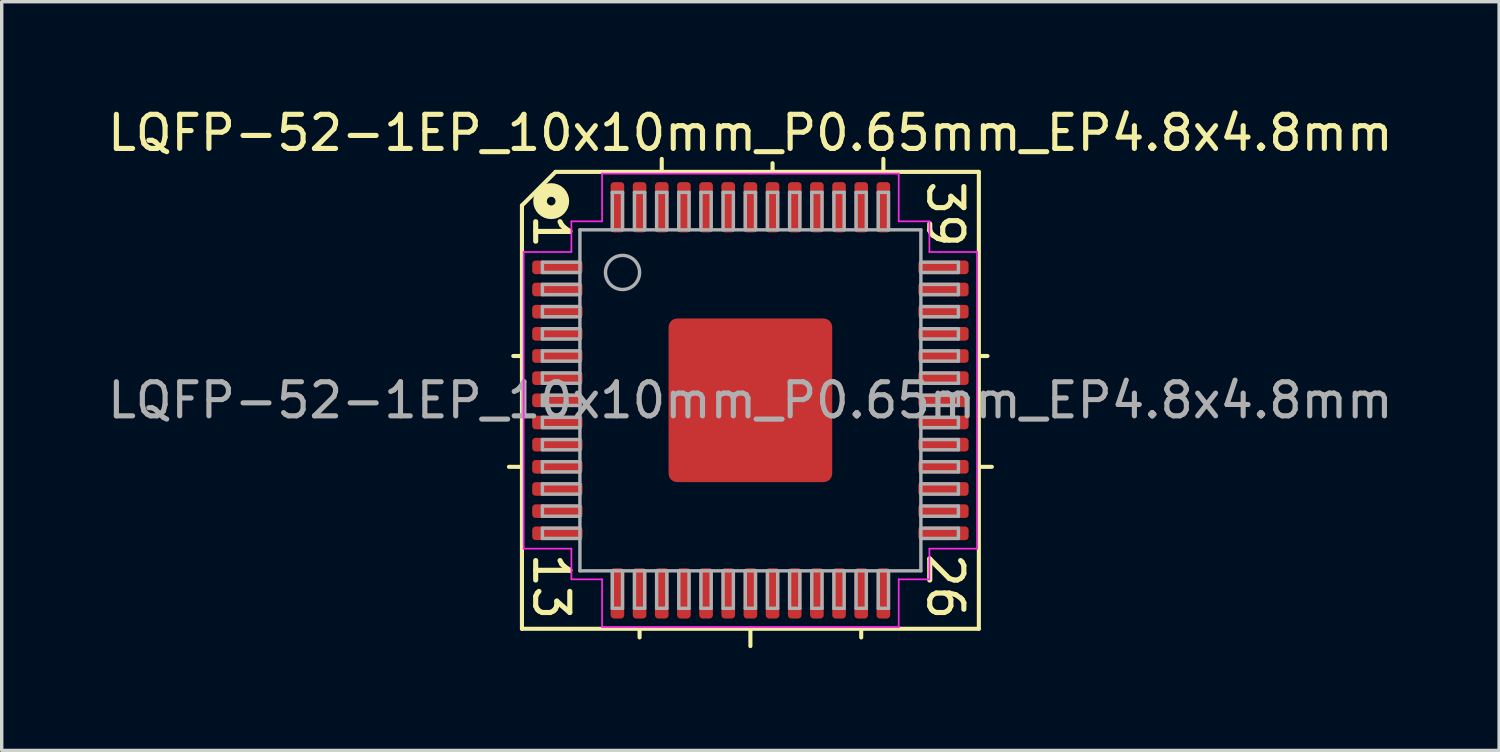
<source format=kicad_pcb>
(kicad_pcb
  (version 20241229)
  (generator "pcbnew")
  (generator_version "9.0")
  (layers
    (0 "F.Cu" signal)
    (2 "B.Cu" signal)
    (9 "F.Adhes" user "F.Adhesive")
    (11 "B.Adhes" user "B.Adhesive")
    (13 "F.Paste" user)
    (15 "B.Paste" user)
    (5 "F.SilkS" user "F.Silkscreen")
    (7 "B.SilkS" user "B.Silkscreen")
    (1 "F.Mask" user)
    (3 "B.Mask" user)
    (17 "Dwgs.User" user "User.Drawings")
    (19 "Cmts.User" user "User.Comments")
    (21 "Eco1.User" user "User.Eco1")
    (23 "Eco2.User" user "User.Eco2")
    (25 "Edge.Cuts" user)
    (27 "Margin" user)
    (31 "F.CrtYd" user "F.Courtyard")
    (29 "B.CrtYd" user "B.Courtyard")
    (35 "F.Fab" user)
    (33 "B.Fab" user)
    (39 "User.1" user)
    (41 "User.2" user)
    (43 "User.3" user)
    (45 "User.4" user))
  (footprint "LQFP-52-1EP_10x10mm_P0.65mm_EP4.8x4.8mm"
    (layer "F.Cu")
    (at 18.958 8.691)
    (property "Reference" "LQFP-52-1EP_10x10mm_P0.65mm_EP4.8x4.8mm" (at 0 -7.843 0) (layer "F.SilkS") (effects (font (size 1 1) (thickness 0.15))))
    (attr smd)
    (fp_line (start -6.7 -5.715) (end -6.7 6.7) (stroke (width 0.12) (type solid)) (layer "F.SilkS"))
    (fp_line (start -6.7 -1.3) (end -6.954 -1.3) (stroke (width 0.12) (type solid)) (layer "F.SilkS"))
    (fp_line (start -6.7 1.95) (end -7.081 1.95) (stroke (width 0.12) (type solid)) (layer "F.SilkS"))
    (fp_line (start -6.7 6.7) (end 6.7 6.7) (stroke (width 0.12) (type solid)) (layer "F.SilkS"))
    (fp_line (start -5.715 -6.7) (end -6.7 -5.715) (stroke (width 0.12) (type solid)) (layer "F.SilkS"))
    (fp_line (start -3.25 6.7) (end -3.25 6.954) (stroke (width 0.12) (type solid)) (layer "F.SilkS"))
    (fp_line (start -2.6 -6.7) (end -2.6 -7.081) (stroke (width 0.12) (type solid)) (layer "F.SilkS"))
    (fp_line (start 0 6.7) (end 0 7.208) (stroke (width 0.12) (type solid)) (layer "F.SilkS"))
    (fp_line (start 0.65 -6.7) (end 0.65 -6.954) (stroke (width 0.12) (type solid)) (layer "F.SilkS"))
    (fp_line (start 3.25 6.7) (end 3.25 6.954) (stroke (width 0.12) (type solid)) (layer "F.SilkS"))
    (fp_line (start 3.9 -6.7) (end 3.9 -7.081) (stroke (width 0.12) (type solid)) (layer "F.SilkS"))
    (fp_line (start 6.7 -6.7) (end -5.715 -6.7) (stroke (width 0.12) (type solid)) (layer "F.SilkS"))
    (fp_line (start 6.7 -1.3) (end 6.954 -1.3) (stroke (width 0.12) (type solid)) (layer "F.SilkS"))
    (fp_line (start 6.7 1.95) (end 7.081 1.95) (stroke (width 0.12) (type solid)) (layer "F.SilkS"))
    (fp_line (start 6.7 6.7) (end 6.7 -6.7) (stroke (width 0.12) (type solid)) (layer "F.SilkS"))
    (fp_circle (center -5.842 -5.842) (end -5.715 -5.842) (stroke (width 0.4) (type solid)) (fill no) (layer "F.SilkS"))
    (fp_line (start -6.65 -4.35) (end -6.65 0) (stroke (width 0.05) (type solid)) (layer "F.CrtYd"))
    (fp_line (start -6.65 4.35) (end -6.65 0) (stroke (width 0.05) (type solid)) (layer "F.CrtYd"))
    (fp_line (start -5.25 -5.25) (end -5.25 -4.35) (stroke (width 0.05) (type solid)) (layer "F.CrtYd"))
    (fp_line (start -5.25 -4.35) (end -6.65 -4.35) (stroke (width 0.05) (type solid)) (layer "F.CrtYd"))
    (fp_line (start -5.25 4.35) (end -6.65 4.35) (stroke (width 0.05) (type solid)) (layer "F.CrtYd"))
    (fp_line (start -5.25 5.25) (end -5.25 4.35) (stroke (width 0.05) (type solid)) (layer "F.CrtYd"))
    (fp_line (start -4.35 -6.65) (end -4.35 -5.25) (stroke (width 0.05) (type solid)) (layer "F.CrtYd"))
    (fp_line (start -4.35 -5.25) (end -5.25 -5.25) (stroke (width 0.05) (type solid)) (layer "F.CrtYd"))
    (fp_line (start -4.35 5.25) (end -5.25 5.25) (stroke (width 0.05) (type solid)) (layer "F.CrtYd"))
    (fp_line (start -4.35 6.65) (end -4.35 5.25) (stroke (width 0.05) (type solid)) (layer "F.CrtYd"))
    (fp_line (start 0 -6.65) (end -4.35 -6.65) (stroke (width 0.05) (type solid)) (layer "F.CrtYd"))
    (fp_line (start 0 -6.65) (end 4.35 -6.65) (stroke (width 0.05) (type solid)) (layer "F.CrtYd"))
    (fp_line (start 0 6.65) (end -4.35 6.65) (stroke (width 0.05) (type solid)) (layer "F.CrtYd"))
    (fp_line (start 0 6.65) (end 4.35 6.65) (stroke (width 0.05) (type solid)) (layer "F.CrtYd"))
    (fp_line (start 4.35 -6.65) (end 4.35 -5.25) (stroke (width 0.05) (type solid)) (layer "F.CrtYd"))
    (fp_line (start 4.35 -5.25) (end 5.25 -5.25) (stroke (width 0.05) (type solid)) (layer "F.CrtYd"))
    (fp_line (start 4.35 5.25) (end 5.25 5.25) (stroke (width 0.05) (type solid)) (layer "F.CrtYd"))
    (fp_line (start 4.35 6.65) (end 4.35 5.25) (stroke (width 0.05) (type solid)) (layer "F.CrtYd"))
    (fp_line (start 5.25 -5.25) (end 5.25 -4.35) (stroke (width 0.05) (type solid)) (layer "F.CrtYd"))
    (fp_line (start 5.25 -4.35) (end 6.65 -4.35) (stroke (width 0.05) (type solid)) (layer "F.CrtYd"))
    (fp_line (start 5.25 4.35) (end 6.65 4.35) (stroke (width 0.05) (type solid)) (layer "F.CrtYd"))
    (fp_line (start 5.25 5.25) (end 5.25 4.35) (stroke (width 0.05) (type solid)) (layer "F.CrtYd"))
    (fp_line (start 6.65 -4.35) (end 6.65 0) (stroke (width 0.05) (type solid)) (layer "F.CrtYd"))
    (fp_line (start 6.65 4.35) (end 6.65 0) (stroke (width 0.05) (type solid)) (layer "F.CrtYd"))
    (fp_line (start -6.1 -4.05) (end -6.1 -3.75) (stroke (width 0.1) (type solid)) (layer "F.Fab"))
    (fp_line (start -6.1 -4.05) (end -5 -4.05) (stroke (width 0.1) (type solid)) (layer "F.Fab"))
    (fp_line (start -6.1 -3.75) (end -5 -3.75) (stroke (width 0.1) (type solid)) (layer "F.Fab"))
    (fp_line (start -6.1 -3.4) (end -6.1 -3.1) (stroke (width 0.1) (type solid)) (layer "F.Fab"))
    (fp_line (start -6.1 -3.4) (end -5 -3.4) (stroke (width 0.1) (type solid)) (layer "F.Fab"))
    (fp_line (start -6.1 -3.1) (end -5 -3.1) (stroke (width 0.1) (type solid)) (layer "F.Fab"))
    (fp_line (start -6.1 -2.75) (end -6.1 -2.45) (stroke (width 0.1) (type solid)) (layer "F.Fab"))
    (fp_line (start -6.1 -2.75) (end -5 -2.75) (stroke (width 0.1) (type solid)) (layer "F.Fab"))
    (fp_line (start -6.1 -2.45) (end -5 -2.45) (stroke (width 0.1) (type solid)) (layer "F.Fab"))
    (fp_line (start -6.1 -2.1) (end -6.1 -1.8) (stroke (width 0.1) (type solid)) (layer "F.Fab"))
    (fp_line (start -6.1 -2.1) (end -5 -2.1) (stroke (width 0.1) (type solid)) (layer "F.Fab"))
    (fp_line (start -6.1 -1.8) (end -5 -1.8) (stroke (width 0.1) (type solid)) (layer "F.Fab"))
    (fp_line (start -6.1 -1.45) (end -6.1 -1.15) (stroke (width 0.1) (type solid)) (layer "F.Fab"))
    (fp_line (start -6.1 -1.45) (end -5 -1.45) (stroke (width 0.1) (type solid)) (layer "F.Fab"))
    (fp_line (start -6.1 -1.15) (end -5 -1.15) (stroke (width 0.1) (type solid)) (layer "F.Fab"))
    (fp_line (start -6.1 -0.8) (end -6.1 -0.5) (stroke (width 0.1) (type solid)) (layer "F.Fab"))
    (fp_line (start -6.1 -0.8) (end -5 -0.8) (stroke (width 0.1) (type solid)) (layer "F.Fab"))
    (fp_line (start -6.1 -0.5) (end -5 -0.5) (stroke (width 0.1) (type solid)) (layer "F.Fab"))
    (fp_line (start -6.1 -0.15) (end -6.1 0.15) (stroke (width 0.1) (type solid)) (layer "F.Fab"))
    (fp_line (start -6.1 -0.15) (end -5 -0.15) (stroke (width 0.1) (type solid)) (layer "F.Fab"))
    (fp_line (start -6.1 0.15) (end -5 0.15) (stroke (width 0.1) (type solid)) (layer "F.Fab"))
    (fp_line (start -6.1 0.5) (end -6.1 0.8) (stroke (width 0.1) (type solid)) (layer "F.Fab"))
    (fp_line (start -6.1 0.5) (end -5 0.5) (stroke (width 0.1) (type solid)) (layer "F.Fab"))
    (fp_line (start -6.1 0.8) (end -5 0.8) (stroke (width 0.1) (type solid)) (layer "F.Fab"))
    (fp_line (start -6.1 1.15) (end -6.1 1.45) (stroke (width 0.1) (type solid)) (layer "F.Fab"))
    (fp_line (start -6.1 1.15) (end -5 1.15) (stroke (width 0.1) (type solid)) (layer "F.Fab"))
    (fp_line (start -6.1 1.45) (end -5 1.45) (stroke (width 0.1) (type solid)) (layer "F.Fab"))
    (fp_line (start -6.1 1.8) (end -6.1 2.1) (stroke (width 0.1) (type solid)) (layer "F.Fab"))
    (fp_line (start -6.1 1.8) (end -5 1.8) (stroke (width 0.1) (type solid)) (layer "F.Fab"))
    (fp_line (start -6.1 2.1) (end -5 2.1) (stroke (width 0.1) (type solid)) (layer "F.Fab"))
    (fp_line (start -6.1 2.45) (end -6.1 2.75) (stroke (width 0.1) (type solid)) (layer "F.Fab"))
    (fp_line (start -6.1 2.45) (end -5 2.45) (stroke (width 0.1) (type solid)) (layer "F.Fab"))
    (fp_line (start -6.1 2.75) (end -5 2.75) (stroke (width 0.1) (type solid)) (layer "F.Fab"))
    (fp_line (start -6.1 3.1) (end -6.1 3.4) (stroke (width 0.1) (type solid)) (layer "F.Fab"))
    (fp_line (start -6.1 3.1) (end -5 3.1) (stroke (width 0.1) (type solid)) (layer "F.Fab"))
    (fp_line (start -6.1 3.4) (end -5 3.4) (stroke (width 0.1) (type solid)) (layer "F.Fab"))
    (fp_line (start -6.1 3.75) (end -6.1 4.05) (stroke (width 0.1) (type solid)) (layer "F.Fab"))
    (fp_line (start -6.1 3.75) (end -5 3.75) (stroke (width 0.1) (type solid)) (layer "F.Fab"))
    (fp_line (start -6.1 4.05) (end -5 4.05) (stroke (width 0.1) (type solid)) (layer "F.Fab"))
    (fp_line (start -5 -5) (end 5 -5) (stroke (width 0.1) (type solid)) (layer "F.Fab"))
    (fp_line (start -5 5) (end -5 -5) (stroke (width 0.1) (type solid)) (layer "F.Fab"))
    (fp_line (start -4.05 -6.1) (end -4.05 -5) (stroke (width 0.1) (type solid)) (layer "F.Fab"))
    (fp_line (start -4.05 6.1) (end -4.05 5) (stroke (width 0.1) (type solid)) (layer "F.Fab"))
    (fp_line (start -4.05 6.1) (end -3.75 6.1) (stroke (width 0.1) (type solid)) (layer "F.Fab"))
    (fp_line (start -3.75 -6.1) (end -4.05 -6.1) (stroke (width 0.1) (type solid)) (layer "F.Fab"))
    (fp_line (start -3.75 -6.1) (end -3.75 -5) (stroke (width 0.1) (type solid)) (layer "F.Fab"))
    (fp_line (start -3.75 6.1) (end -3.75 5) (stroke (width 0.1) (type solid)) (layer "F.Fab"))
    (fp_line (start -3.4 -6.1) (end -3.4 -5) (stroke (width 0.1) (type solid)) (layer "F.Fab"))
    (fp_line (start -3.4 6.1) (end -3.4 5) (stroke (width 0.1) (type solid)) (layer "F.Fab"))
    (fp_line (start -3.4 6.1) (end -3.1 6.1) (stroke (width 0.1) (type solid)) (layer "F.Fab"))
    (fp_line (start -3.1 -6.1) (end -3.4 -6.1) (stroke (width 0.1) (type solid)) (layer "F.Fab"))
    (fp_line (start -3.1 -6.1) (end -3.1 -5) (stroke (width 0.1) (type solid)) (layer "F.Fab"))
    (fp_line (start -3.1 6.1) (end -3.1 5) (stroke (width 0.1) (type solid)) (layer "F.Fab"))
    (fp_line (start -2.75 -6.1) (end -2.75 -5) (stroke (width 0.1) (type solid)) (layer "F.Fab"))
    (fp_line (start -2.75 6.1) (end -2.75 5) (stroke (width 0.1) (type solid)) (layer "F.Fab"))
    (fp_line (start -2.75 6.1) (end -2.45 6.1) (stroke (width 0.1) (type solid)) (layer "F.Fab"))
    (fp_line (start -2.45 -6.1) (end -2.75 -6.1) (stroke (width 0.1) (type solid)) (layer "F.Fab"))
    (fp_line (start -2.45 -6.1) (end -2.45 -5) (stroke (width 0.1) (type solid)) (layer "F.Fab"))
    (fp_line (start -2.45 6.1) (end -2.45 5) (stroke (width 0.1) (type solid)) (layer "F.Fab"))
    (fp_line (start -2.1 -6.1) (end -2.1 -5) (stroke (width 0.1) (type solid)) (layer "F.Fab"))
    (fp_line (start -2.1 6.1) (end -2.1 5) (stroke (width 0.1) (type solid)) (layer "F.Fab"))
    (fp_line (start -2.1 6.1) (end -1.8 6.1) (stroke (width 0.1) (type solid)) (layer "F.Fab"))
    (fp_line (start -1.8 -6.1) (end -2.1 -6.1) (stroke (width 0.1) (type solid)) (layer "F.Fab"))
    (fp_line (start -1.8 -6.1) (end -1.8 -5) (stroke (width 0.1) (type solid)) (layer "F.Fab"))
    (fp_line (start -1.8 6.1) (end -1.8 5) (stroke (width 0.1) (type solid)) (layer "F.Fab"))
    (fp_line (start -1.45 -6.1) (end -1.45 -5) (stroke (width 0.1) (type solid)) (layer "F.Fab"))
    (fp_line (start -1.45 6.1) (end -1.45 5) (stroke (width 0.1) (type solid)) (layer "F.Fab"))
    (fp_line (start -1.45 6.1) (end -1.15 6.1) (stroke (width 0.1) (type solid)) (layer "F.Fab"))
    (fp_line (start -1.15 -6.1) (end -1.45 -6.1) (stroke (width 0.1) (type solid)) (layer "F.Fab"))
    (fp_line (start -1.15 -6.1) (end -1.15 -5) (stroke (width 0.1) (type solid)) (layer "F.Fab"))
    (fp_line (start -1.15 6.1) (end -1.15 5) (stroke (width 0.1) (type solid)) (layer "F.Fab"))
    (fp_line (start -0.8 -6.1) (end -0.8 -5) (stroke (width 0.1) (type solid)) (layer "F.Fab"))
    (fp_line (start -0.8 6.1) (end -0.8 5) (stroke (width 0.1) (type solid)) (layer "F.Fab"))
    (fp_line (start -0.8 6.1) (end -0.5 6.1) (stroke (width 0.1) (type solid)) (layer "F.Fab"))
    (fp_line (start -0.5 -6.1) (end -0.8 -6.1) (stroke (width 0.1) (type solid)) (layer "F.Fab"))
    (fp_line (start -0.5 -6.1) (end -0.5 -5) (stroke (width 0.1) (type solid)) (layer "F.Fab"))
    (fp_line (start -0.5 6.1) (end -0.5 5) (stroke (width 0.1) (type solid)) (layer "F.Fab"))
    (fp_line (start -0.15 -6.1) (end -0.15 -5) (stroke (width 0.1) (type solid)) (layer "F.Fab"))
    (fp_line (start -0.15 6.1) (end -0.15 5) (stroke (width 0.1) (type solid)) (layer "F.Fab"))
    (fp_line (start -0.15 6.1) (end 0.15 6.1) (stroke (width 0.1) (type solid)) (layer "F.Fab"))
    (fp_line (start 0.15 -6.1) (end -0.15 -6.1) (stroke (width 0.1) (type solid)) (layer "F.Fab"))
    (fp_line (start 0.15 -6.1) (end 0.15 -5) (stroke (width 0.1) (type solid)) (layer "F.Fab"))
    (fp_line (start 0.15 6.1) (end 0.15 5) (stroke (width 0.1) (type solid)) (layer "F.Fab"))
    (fp_line (start 0.5 -6.1) (end 0.5 -5) (stroke (width 0.1) (type solid)) (layer "F.Fab"))
    (fp_line (start 0.5 6.1) (end 0.5 5) (stroke (width 0.1) (type solid)) (layer "F.Fab"))
    (fp_line (start 0.5 6.1) (end 0.8 6.1) (stroke (width 0.1) (type solid)) (layer "F.Fab"))
    (fp_line (start 0.8 -6.1) (end 0.5 -6.1) (stroke (width 0.1) (type solid)) (layer "F.Fab"))
    (fp_line (start 0.8 -6.1) (end 0.8 -5) (stroke (width 0.1) (type solid)) (layer "F.Fab"))
    (fp_line (start 0.8 6.1) (end 0.8 5) (stroke (width 0.1) (type solid)) (layer "F.Fab"))
    (fp_line (start 1.15 -6.1) (end 1.15 -5) (stroke (width 0.1) (type solid)) (layer "F.Fab"))
    (fp_line (start 1.15 6.1) (end 1.15 5) (stroke (width 0.1) (type solid)) (layer "F.Fab"))
    (fp_line (start 1.15 6.1) (end 1.45 6.1) (stroke (width 0.1) (type solid)) (layer "F.Fab"))
    (fp_line (start 1.45 -6.1) (end 1.15 -6.1) (stroke (width 0.1) (type solid)) (layer "F.Fab"))
    (fp_line (start 1.45 -6.1) (end 1.45 -5) (stroke (width 0.1) (type solid)) (layer "F.Fab"))
    (fp_line (start 1.45 6.1) (end 1.45 5) (stroke (width 0.1) (type solid)) (layer "F.Fab"))
    (fp_line (start 1.8 -6.1) (end 1.8 -5) (stroke (width 0.1) (type solid)) (layer "F.Fab"))
    (fp_line (start 1.8 6.1) (end 1.8 5) (stroke (width 0.1) (type solid)) (layer "F.Fab"))
    (fp_line (start 1.8 6.1) (end 2.1 6.1) (stroke (width 0.1) (type solid)) (layer "F.Fab"))
    (fp_line (start 2.1 -6.1) (end 1.8 -6.1) (stroke (width 0.1) (type solid)) (layer "F.Fab"))
    (fp_line (start 2.1 -6.1) (end 2.1 -5) (stroke (width 0.1) (type solid)) (layer "F.Fab"))
    (fp_line (start 2.1 6.1) (end 2.1 5) (stroke (width 0.1) (type solid)) (layer "F.Fab"))
    (fp_line (start 2.45 -6.1) (end 2.45 -5) (stroke (width 0.1) (type solid)) (layer "F.Fab"))
    (fp_line (start 2.45 6.1) (end 2.45 5) (stroke (width 0.1) (type solid)) (layer "F.Fab"))
    (fp_line (start 2.45 6.1) (end 2.75 6.1) (stroke (width 0.1) (type solid)) (layer "F.Fab"))
    (fp_line (start 2.75 -6.1) (end 2.45 -6.1) (stroke (width 0.1) (type solid)) (layer "F.Fab"))
    (fp_line (start 2.75 -6.1) (end 2.75 -5) (stroke (width 0.1) (type solid)) (layer "F.Fab"))
    (fp_line (start 2.75 6.1) (end 2.75 5) (stroke (width 0.1) (type solid)) (layer "F.Fab"))
    (fp_line (start 3.1 -6.1) (end 3.1 -5) (stroke (width 0.1) (type solid)) (layer "F.Fab"))
    (fp_line (start 3.1 6.1) (end 3.1 5) (stroke (width 0.1) (type solid)) (layer "F.Fab"))
    (fp_line (start 3.1 6.1) (end 3.4 6.1) (stroke (width 0.1) (type solid)) (layer "F.Fab"))
    (fp_line (start 3.4 -6.1) (end 3.1 -6.1) (stroke (width 0.1) (type solid)) (layer "F.Fab"))
    (fp_line (start 3.4 -6.1) (end 3.4 -5) (stroke (width 0.1) (type solid)) (layer "F.Fab"))
    (fp_line (start 3.4 6.1) (end 3.4 5) (stroke (width 0.1) (type solid)) (layer "F.Fab"))
    (fp_line (start 3.75 -6.1) (end 3.75 -5) (stroke (width 0.1) (type solid)) (layer "F.Fab"))
    (fp_line (start 3.75 6.1) (end 3.75 5) (stroke (width 0.1) (type solid)) (layer "F.Fab"))
    (fp_line (start 3.75 6.1) (end 4.05 6.1) (stroke (width 0.1) (type solid)) (layer "F.Fab"))
    (fp_line (start 4.05 -6.1) (end 3.75 -6.1) (stroke (width 0.1) (type solid)) (layer "F.Fab"))
    (fp_line (start 4.05 -6.1) (end 4.05 -5) (stroke (width 0.1) (type solid)) (layer "F.Fab"))
    (fp_line (start 4.05 6.1) (end 4.05 5) (stroke (width 0.1) (type solid)) (layer "F.Fab"))
    (fp_line (start 5 -5) (end 5 5) (stroke (width 0.1) (type solid)) (layer "F.Fab"))
    (fp_line (start 5 5) (end -5 5) (stroke (width 0.1) (type solid)) (layer "F.Fab"))
    (fp_line (start 6.1 -4.05) (end 5 -4.05) (stroke (width 0.1) (type solid)) (layer "F.Fab"))
    (fp_line (start 6.1 -3.75) (end 5 -3.75) (stroke (width 0.1) (type solid)) (layer "F.Fab"))
    (fp_line (start 6.1 -3.75) (end 6.1 -4.05) (stroke (width 0.1) (type solid)) (layer "F.Fab"))
    (fp_line (start 6.1 -3.4) (end 5 -3.4) (stroke (width 0.1) (type solid)) (layer "F.Fab"))
    (fp_line (start 6.1 -3.1) (end 5 -3.1) (stroke (width 0.1) (type solid)) (layer "F.Fab"))
    (fp_line (start 6.1 -3.1) (end 6.1 -3.4) (stroke (width 0.1) (type solid)) (layer "F.Fab"))
    (fp_line (start 6.1 -2.75) (end 5 -2.75) (stroke (width 0.1) (type solid)) (layer "F.Fab"))
    (fp_line (start 6.1 -2.45) (end 5 -2.45) (stroke (width 0.1) (type solid)) (layer "F.Fab"))
    (fp_line (start 6.1 -2.45) (end 6.1 -2.75) (stroke (width 0.1) (type solid)) (layer "F.Fab"))
    (fp_line (start 6.1 -2.1) (end 5 -2.1) (stroke (width 0.1) (type solid)) (layer "F.Fab"))
    (fp_line (start 6.1 -1.8) (end 5 -1.8) (stroke (width 0.1) (type solid)) (layer "F.Fab"))
    (fp_line (start 6.1 -1.8) (end 6.1 -2.1) (stroke (width 0.1) (type solid)) (layer "F.Fab"))
    (fp_line (start 6.1 -1.45) (end 5 -1.45) (stroke (width 0.1) (type solid)) (layer "F.Fab"))
    (fp_line (start 6.1 -1.15) (end 5 -1.15) (stroke (width 0.1) (type solid)) (layer "F.Fab"))
    (fp_line (start 6.1 -1.15) (end 6.1 -1.45) (stroke (width 0.1) (type solid)) (layer "F.Fab"))
    (fp_line (start 6.1 -0.8) (end 5 -0.8) (stroke (width 0.1) (type solid)) (layer "F.Fab"))
    (fp_line (start 6.1 -0.5) (end 5 -0.5) (stroke (width 0.1) (type solid)) (layer "F.Fab"))
    (fp_line (start 6.1 -0.5) (end 6.1 -0.8) (stroke (width 0.1) (type solid)) (layer "F.Fab"))
    (fp_line (start 6.1 -0.15) (end 5 -0.15) (stroke (width 0.1) (type solid)) (layer "F.Fab"))
    (fp_line (start 6.1 0.15) (end 5 0.15) (stroke (width 0.1) (type solid)) (layer "F.Fab"))
    (fp_line (start 6.1 0.15) (end 6.1 -0.15) (stroke (width 0.1) (type solid)) (layer "F.Fab"))
    (fp_line (start 6.1 0.5) (end 5 0.5) (stroke (width 0.1) (type solid)) (layer "F.Fab"))
    (fp_line (start 6.1 0.8) (end 5 0.8) (stroke (width 0.1) (type solid)) (layer "F.Fab"))
    (fp_line (start 6.1 0.8) (end 6.1 0.5) (stroke (width 0.1) (type solid)) (layer "F.Fab"))
    (fp_line (start 6.1 1.15) (end 5 1.15) (stroke (width 0.1) (type solid)) (layer "F.Fab"))
    (fp_line (start 6.1 1.45) (end 5 1.45) (stroke (width 0.1) (type solid)) (layer "F.Fab"))
    (fp_line (start 6.1 1.45) (end 6.1 1.15) (stroke (width 0.1) (type solid)) (layer "F.Fab"))
    (fp_line (start 6.1 1.8) (end 5 1.8) (stroke (width 0.1) (type solid)) (layer "F.Fab"))
    (fp_line (start 6.1 2.1) (end 5 2.1) (stroke (width 0.1) (type solid)) (layer "F.Fab"))
    (fp_line (start 6.1 2.1) (end 6.1 1.8) (stroke (width 0.1) (type solid)) (layer "F.Fab"))
    (fp_line (start 6.1 2.45) (end 5 2.45) (stroke (width 0.1) (type solid)) (layer "F.Fab"))
    (fp_line (start 6.1 2.75) (end 5 2.75) (stroke (width 0.1) (type solid)) (layer "F.Fab"))
    (fp_line (start 6.1 2.75) (end 6.1 2.45) (stroke (width 0.1) (type solid)) (layer "F.Fab"))
    (fp_line (start 6.1 3.1) (end 5 3.1) (stroke (width 0.1) (type solid)) (layer "F.Fab"))
    (fp_line (start 6.1 3.4) (end 5 3.4) (stroke (width 0.1) (type solid)) (layer "F.Fab"))
    (fp_line (start 6.1 3.4) (end 6.1 3.1) (stroke (width 0.1) (type solid)) (layer "F.Fab"))
    (fp_line (start 6.1 3.75) (end 5 3.75) (stroke (width 0.1) (type solid)) (layer "F.Fab"))
    (fp_line (start 6.1 4.05) (end 5 4.05) (stroke (width 0.1) (type solid)) (layer "F.Fab"))
    (fp_line (start 6.1 4.05) (end 6.1 3.75) (stroke (width 0.1) (type solid)) (layer "F.Fab"))
    (fp_circle (center -3.75 -3.75) (end -3.25 -3.75) (stroke (width 0.1) (type solid)) (fill no) (layer "F.Fab"))
    (fp_text user "26" (at 5.715 5.461 270) (unlocked yes) (layer "F.SilkS") (effects (font (size 1 1) (thickness 0.15))))
    (fp_text user "13" (at -5.842 5.461 270) (unlocked yes) (layer "F.SilkS") (effects (font (size 1 1) (thickness 0.15))))
    (fp_text user "1" (at -5.842 -4.953 270) (unlocked yes) (layer "F.SilkS") (effects (font (size 1 1) (thickness 0.15))))
    (fp_text user "39" (at 5.715 -5.461 270) (unlocked yes) (layer "F.SilkS") (effects (font (size 1 1) (thickness 0.15))))
    (fp_text user "${REFERENCE}" (at 0 0 0) (layer "F.Fab") (effects (font (size 1 1) (thickness 0.15))))
    (pad "" smd roundrect (at -1.6 -1.6) (size 1.29 1.29) (layers "F.Paste") (roundrect_rratio 0.194))
    (pad "" smd roundrect (at -1.6 0) (size 1.29 1.29) (layers "F.Paste") (roundrect_rratio 0.194))
    (pad "" smd roundrect (at -1.6 1.6) (size 1.29 1.29) (layers "F.Paste") (roundrect_rratio 0.194))
    (pad "" smd roundrect (at 0 -1.6) (size 1.29 1.29) (layers "F.Paste") (roundrect_rratio 0.194))
    (pad "" smd roundrect (at 0 0) (size 1.29 1.29) (layers "F.Paste") (roundrect_rratio 0.194))
    (pad "" smd roundrect (at 0 1.6) (size 1.29 1.29) (layers "F.Paste") (roundrect_rratio 0.194))
    (pad "" smd roundrect (at 1.6 -1.6) (size 1.29 1.29) (layers "F.Paste") (roundrect_rratio 0.194))
    (pad "" smd roundrect (at 1.6 0) (size 1.29 1.29) (layers "F.Paste") (roundrect_rratio 0.194))
    (pad "" smd roundrect (at 1.6 1.6) (size 1.29 1.29) (layers "F.Paste") (roundrect_rratio 0.194))
    (pad "1" smd roundrect (at -5.662 -3.9) (size 1.475 0.4) (layers "F.Cu" "F.Mask" "F.Paste") (roundrect_rratio 0.25))
    (pad "2" smd roundrect (at -5.662 -3.25) (size 1.475 0.4) (layers "F.Cu" "F.Mask" "F.Paste") (roundrect_rratio 0.25))
    (pad "3" smd roundrect (at -5.662 -2.6) (size 1.475 0.4) (layers "F.Cu" "F.Mask" "F.Paste") (roundrect_rratio 0.25))
    (pad "4" smd roundrect (at -5.662 -1.95) (size 1.475 0.4) (layers "F.Cu" "F.Mask" "F.Paste") (roundrect_rratio 0.25))
    (pad "5" smd roundrect (at -5.662 -1.3) (size 1.475 0.4) (layers "F.Cu" "F.Mask" "F.Paste") (roundrect_rratio 0.25))
    (pad "6" smd roundrect (at -5.662 -0.65) (size 1.475 0.4) (layers "F.Cu" "F.Mask" "F.Paste") (roundrect_rratio 0.25))
    (pad "7" smd roundrect (at -5.662 0) (size 1.475 0.4) (layers "F.Cu" "F.Mask" "F.Paste") (roundrect_rratio 0.25))
    (pad "8" smd roundrect (at -5.662 0.65) (size 1.475 0.4) (layers "F.Cu" "F.Mask" "F.Paste") (roundrect_rratio 0.25))
    (pad "9" smd roundrect (at -5.662 1.3) (size 1.475 0.4) (layers "F.Cu" "F.Mask" "F.Paste") (roundrect_rratio 0.25))
    (pad "10" smd roundrect (at -5.662 1.95) (size 1.475 0.4) (layers "F.Cu" "F.Mask" "F.Paste") (roundrect_rratio 0.25))
    (pad "11" smd roundrect (at -5.662 2.6) (size 1.475 0.4) (layers "F.Cu" "F.Mask" "F.Paste") (roundrect_rratio 0.25))
    (pad "12" smd roundrect (at -5.662 3.25) (size 1.475 0.4) (layers "F.Cu" "F.Mask" "F.Paste") (roundrect_rratio 0.25))
    (pad "13" smd roundrect (at -5.662 3.9) (size 1.475 0.4) (layers "F.Cu" "F.Mask" "F.Paste") (roundrect_rratio 0.25))
    (pad "14" smd roundrect (at -3.9 5.662) (size 0.4 1.475) (layers "F.Cu" "F.Mask" "F.Paste") (roundrect_rratio 0.25))
    (pad "15" smd roundrect (at -3.25 5.662) (size 0.4 1.475) (layers "F.Cu" "F.Mask" "F.Paste") (roundrect_rratio 0.25))
    (pad "16" smd roundrect (at -2.6 5.662) (size 0.4 1.475) (layers "F.Cu" "F.Mask" "F.Paste") (roundrect_rratio 0.25))
    (pad "17" smd roundrect (at -1.95 5.662) (size 0.4 1.475) (layers "F.Cu" "F.Mask" "F.Paste") (roundrect_rratio 0.25))
    (pad "18" smd roundrect (at -1.3 5.662) (size 0.4 1.475) (layers "F.Cu" "F.Mask" "F.Paste") (roundrect_rratio 0.25))
    (pad "19" smd roundrect (at -0.65 5.662) (size 0.4 1.475) (layers "F.Cu" "F.Mask" "F.Paste") (roundrect_rratio 0.25))
    (pad "20" smd roundrect (at 0 5.662) (size 0.4 1.475) (layers "F.Cu" "F.Mask" "F.Paste") (roundrect_rratio 0.25))
    (pad "21" smd roundrect (at 0.65 5.662) (size 0.4 1.475) (layers "F.Cu" "F.Mask" "F.Paste") (roundrect_rratio 0.25))
    (pad "22" smd roundrect (at 1.3 5.662) (size 0.4 1.475) (layers "F.Cu" "F.Mask" "F.Paste") (roundrect_rratio 0.25))
    (pad "23" smd roundrect (at 1.95 5.662) (size 0.4 1.475) (layers "F.Cu" "F.Mask" "F.Paste") (roundrect_rratio 0.25))
    (pad "24" smd roundrect (at 2.6 5.662) (size 0.4 1.475) (layers "F.Cu" "F.Mask" "F.Paste") (roundrect_rratio 0.25))
    (pad "25" smd roundrect (at 3.25 5.662) (size 0.4 1.475) (layers "F.Cu" "F.Mask" "F.Paste") (roundrect_rratio 0.25))
    (pad "26" smd roundrect (at 3.9 5.662) (size 0.4 1.475) (layers "F.Cu" "F.Mask" "F.Paste") (roundrect_rratio 0.25))
    (pad "27" smd roundrect (at 5.662 3.9) (size 1.475 0.4) (layers "F.Cu" "F.Mask" "F.Paste") (roundrect_rratio 0.25))
    (pad "28" smd roundrect (at 5.662 3.25) (size 1.475 0.4) (layers "F.Cu" "F.Mask" "F.Paste") (roundrect_rratio 0.25))
    (pad "29" smd roundrect (at 5.662 2.6) (size 1.475 0.4) (layers "F.Cu" "F.Mask" "F.Paste") (roundrect_rratio 0.25))
    (pad "30" smd roundrect (at 5.662 1.95) (size 1.475 0.4) (layers "F.Cu" "F.Mask" "F.Paste") (roundrect_rratio 0.25))
    (pad "31" smd roundrect (at 5.662 1.3) (size 1.475 0.4) (layers "F.Cu" "F.Mask" "F.Paste") (roundrect_rratio 0.25))
    (pad "32" smd roundrect (at 5.662 0.65) (size 1.475 0.4) (layers "F.Cu" "F.Mask" "F.Paste") (roundrect_rratio 0.25))
    (pad "33" smd roundrect (at 5.662 0) (size 1.475 0.4) (layers "F.Cu" "F.Mask" "F.Paste") (roundrect_rratio 0.25))
    (pad "34" smd roundrect (at 5.662 -0.65) (size 1.475 0.4) (layers "F.Cu" "F.Mask" "F.Paste") (roundrect_rratio 0.25))
    (pad "35" smd roundrect (at 5.662 -1.3) (size 1.475 0.4) (layers "F.Cu" "F.Mask" "F.Paste") (roundrect_rratio 0.25))
    (pad "36" smd roundrect (at 5.662 -1.95) (size 1.475 0.4) (layers "F.Cu" "F.Mask" "F.Paste") (roundrect_rratio 0.25))
    (pad "37" smd roundrect (at 5.662 -2.6) (size 1.475 0.4) (layers "F.Cu" "F.Mask" "F.Paste") (roundrect_rratio 0.25))
    (pad "38" smd roundrect (at 5.662 -3.25) (size 1.475 0.4) (layers "F.Cu" "F.Mask" "F.Paste") (roundrect_rratio 0.25))
    (pad "39" smd roundrect (at 5.662 -3.9) (size 1.475 0.4) (layers "F.Cu" "F.Mask" "F.Paste") (roundrect_rratio 0.25))
    (pad "40" smd roundrect (at 3.9 -5.662) (size 0.4 1.475) (layers "F.Cu" "F.Mask" "F.Paste") (roundrect_rratio 0.25))
    (pad "41" smd roundrect (at 3.25 -5.662) (size 0.4 1.475) (layers "F.Cu" "F.Mask" "F.Paste") (roundrect_rratio 0.25))
    (pad "42" smd roundrect (at 2.6 -5.662) (size 0.4 1.475) (layers "F.Cu" "F.Mask" "F.Paste") (roundrect_rratio 0.25))
    (pad "43" smd roundrect (at 1.95 -5.662) (size 0.4 1.475) (layers "F.Cu" "F.Mask" "F.Paste") (roundrect_rratio 0.25))
    (pad "44" smd roundrect (at 1.3 -5.662) (size 0.4 1.475) (layers "F.Cu" "F.Mask" "F.Paste") (roundrect_rratio 0.25))
    (pad "45" smd roundrect (at 0.65 -5.662) (size 0.4 1.475) (layers "F.Cu" "F.Mask" "F.Paste") (roundrect_rratio 0.25))
    (pad "46" smd roundrect (at 0 -5.662) (size 0.4 1.475) (layers "F.Cu" "F.Mask" "F.Paste") (roundrect_rratio 0.25))
    (pad "47" smd roundrect (at -0.65 -5.662) (size 0.4 1.475) (layers "F.Cu" "F.Mask" "F.Paste") (roundrect_rratio 0.25))
    (pad "48" smd roundrect (at -1.3 -5.662) (size 0.4 1.475) (layers "F.Cu" "F.Mask" "F.Paste") (roundrect_rratio 0.25))
    (pad "49" smd roundrect (at -1.95 -5.662) (size 0.4 1.475) (layers "F.Cu" "F.Mask" "F.Paste") (roundrect_rratio 0.25))
    (pad "50" smd roundrect (at -2.6 -5.662) (size 0.4 1.475) (layers "F.Cu" "F.Mask" "F.Paste") (roundrect_rratio 0.25))
    (pad "51" smd roundrect (at -3.25 -5.662) (size 0.4 1.475) (layers "F.Cu" "F.Mask" "F.Paste") (roundrect_rratio 0.25))
    (pad "52" smd roundrect (at -3.9 -5.662) (size 0.4 1.475) (layers "F.Cu" "F.Mask" "F.Paste") (roundrect_rratio 0.25))
    (pad "53" smd roundrect (at 0 0) (size 4.8 4.8) (layers "F.Cu" "F.Mask") (roundrect_rratio 0.052)))
  (gr_rect
    (start -3 -3)
    (end 40.917 18.959)
    (stroke (width 0.1) (type default))
    (fill no)
    (layer "Edge.Cuts")))
</source>
